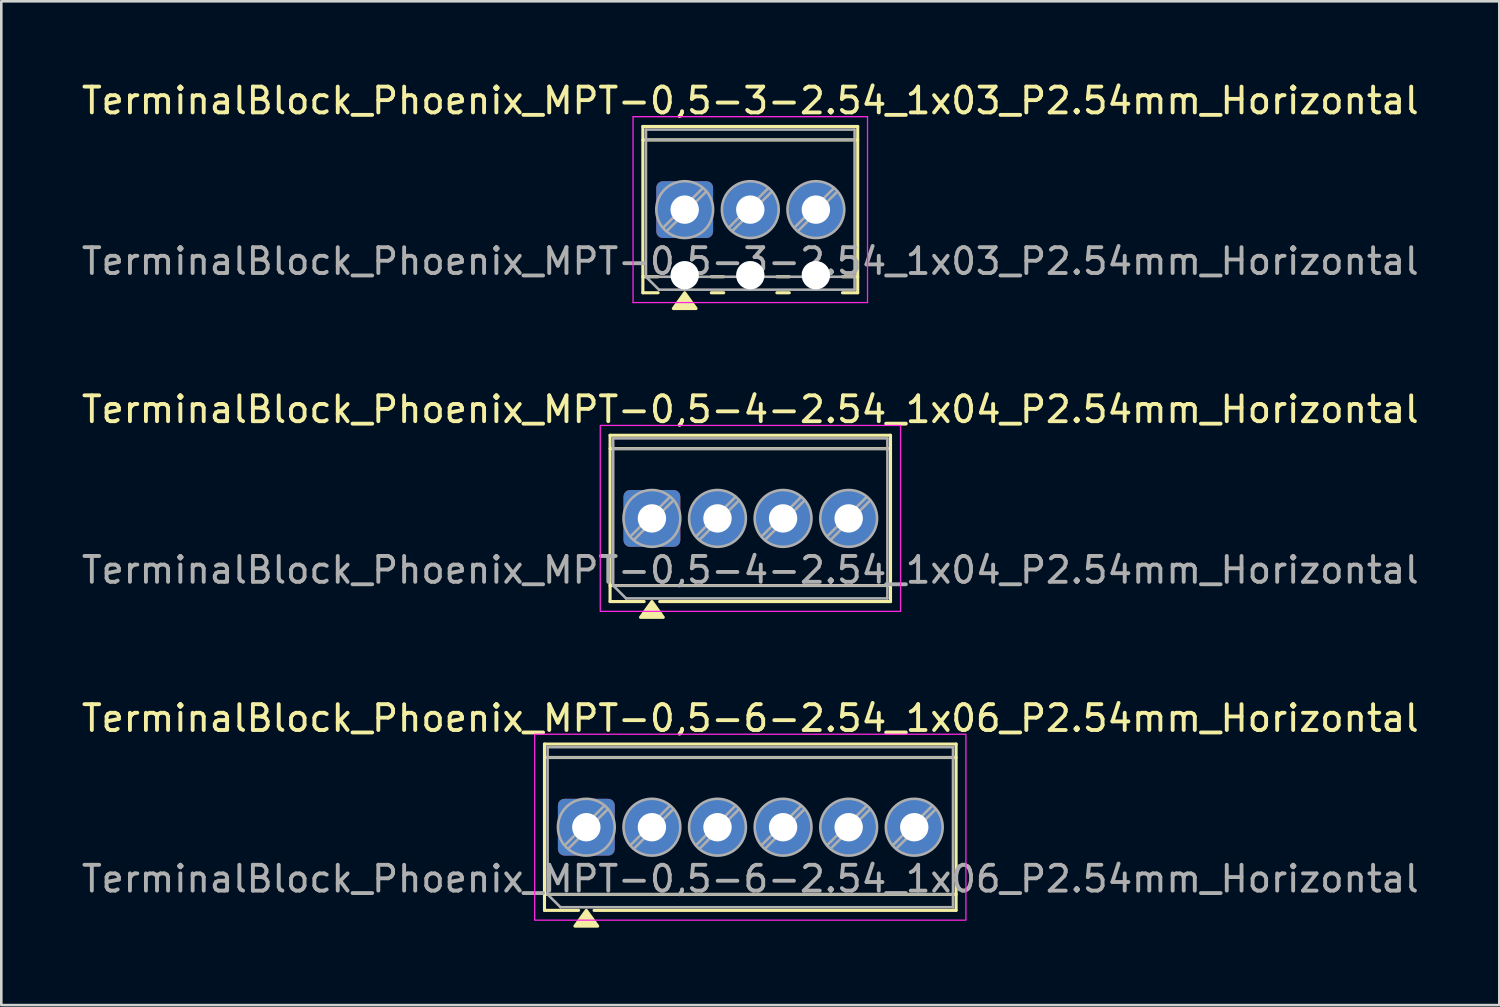
<source format=kicad_pcb>
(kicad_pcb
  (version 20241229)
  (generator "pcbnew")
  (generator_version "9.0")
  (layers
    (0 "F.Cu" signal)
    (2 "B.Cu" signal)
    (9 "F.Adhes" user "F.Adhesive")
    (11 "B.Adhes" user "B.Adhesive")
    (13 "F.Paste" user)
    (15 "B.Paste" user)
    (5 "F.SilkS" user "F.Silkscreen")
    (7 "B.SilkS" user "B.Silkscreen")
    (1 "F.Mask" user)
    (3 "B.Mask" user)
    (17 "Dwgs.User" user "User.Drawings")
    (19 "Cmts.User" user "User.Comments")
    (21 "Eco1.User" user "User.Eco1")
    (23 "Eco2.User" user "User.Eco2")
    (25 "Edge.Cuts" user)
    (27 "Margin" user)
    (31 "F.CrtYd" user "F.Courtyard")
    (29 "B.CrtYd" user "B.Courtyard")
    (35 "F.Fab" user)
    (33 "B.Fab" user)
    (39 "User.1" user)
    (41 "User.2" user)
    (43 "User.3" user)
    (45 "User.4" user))
  (footprint "TerminalBlock_Phoenix_MPT-0,5-3-2.54_1x03_P2.54mm_Horizontal"
    (layer "F.Cu")
    (at 23.466 5.068)
    (property "Reference" "TerminalBlock_Phoenix_MPT-0,5-3-2.54_1x03_P2.54mm_Horizontal" (at 2.54 -4.22 0) (layer "F.SilkS") (effects (font (size 1 1) (thickness 0.15))))
    (attr through_hole)
    (fp_line (start -1.62 -3.22) (end -1.62 3.22) (stroke (width 0.12) (type solid)) (layer "F.SilkS"))
    (fp_line (start -1.62 -3.22) (end 6.7 -3.22) (stroke (width 0.12) (type solid)) (layer "F.SilkS"))
    (fp_line (start -1.62 -2.7) (end 6.7 -2.7) (stroke (width 0.12) (type solid)) (layer "F.SilkS"))
    (fp_line (start -1.62 2.6) (end -1.03 2.6) (stroke (width 0.12) (type solid)) (layer "F.SilkS"))
    (fp_line (start -1.62 3.22) (end -1.03 3.22) (stroke (width 0.12) (type solid)) (layer "F.SilkS"))
    (fp_line (start 1.03 2.6) (end 1.51 2.6) (stroke (width 0.12) (type solid)) (layer "F.SilkS"))
    (fp_line (start 1.03 3.22) (end 1.51 3.22) (stroke (width 0.12) (type solid)) (layer "F.SilkS"))
    (fp_line (start 3.57 2.6) (end 4.05 2.6) (stroke (width 0.12) (type solid)) (layer "F.SilkS"))
    (fp_line (start 3.57 3.22) (end 4.05 3.22) (stroke (width 0.12) (type solid)) (layer "F.SilkS"))
    (fp_line (start 6.11 2.6) (end 6.7 2.6) (stroke (width 0.12) (type solid)) (layer "F.SilkS"))
    (fp_line (start 6.11 3.22) (end 6.7 3.22) (stroke (width 0.12) (type solid)) (layer "F.SilkS"))
    (fp_line (start 6.7 -3.22) (end 6.7 3.22) (stroke (width 0.12) (type solid)) (layer "F.SilkS"))
    (fp_poly (pts (xy 0 3.22) (xy 0.44 3.83) (xy -0.44 3.83)) (stroke (width 0.12) (type solid)) (fill yes) (layer "F.SilkS"))
    (fp_line (start -2 -3.6) (end -2 3.6) (stroke (width 0.05) (type solid)) (layer "F.CrtYd"))
    (fp_line (start -2 3.6) (end 7.08 3.6) (stroke (width 0.05) (type solid)) (layer "F.CrtYd"))
    (fp_line (start 7.08 -3.6) (end -2 -3.6) (stroke (width 0.05) (type solid)) (layer "F.CrtYd"))
    (fp_line (start 7.08 3.6) (end 7.08 -3.6) (stroke (width 0.05) (type solid)) (layer "F.CrtYd"))
    (fp_line (start -1.5 -3.1) (end 6.58 -3.1) (stroke (width 0.1) (type solid)) (layer "F.Fab"))
    (fp_line (start -1.5 -2.7) (end 6.58 -2.7) (stroke (width 0.1) (type solid)) (layer "F.Fab"))
    (fp_line (start -1.5 2.6) (end -1.5 -3.1) (stroke (width 0.1) (type solid)) (layer "F.Fab"))
    (fp_line (start -1.5 2.6) (end 6.58 2.6) (stroke (width 0.1) (type solid)) (layer "F.Fab"))
    (fp_line (start -1 3.1) (end -1.5 2.6) (stroke (width 0.1) (type solid)) (layer "F.Fab"))
    (fp_line (start 0.7 -0.834) (end -0.834 0.7) (stroke (width 0.1) (type solid)) (layer "F.Fab"))
    (fp_line (start 0.834 -0.7) (end -0.7 0.834) (stroke (width 0.1) (type solid)) (layer "F.Fab"))
    (fp_line (start 3.24 -0.834) (end 1.706 0.7) (stroke (width 0.1) (type solid)) (layer "F.Fab"))
    (fp_line (start 3.374 -0.7) (end 1.84 0.834) (stroke (width 0.1) (type solid)) (layer "F.Fab"))
    (fp_line (start 5.78 -0.834) (end 4.246 0.7) (stroke (width 0.1) (type solid)) (layer "F.Fab"))
    (fp_line (start 5.914 -0.7) (end 4.38 0.834) (stroke (width 0.1) (type solid)) (layer "F.Fab"))
    (fp_line (start 6.58 -3.1) (end 6.58 3.1) (stroke (width 0.1) (type solid)) (layer "F.Fab"))
    (fp_line (start 6.58 3.1) (end -1 3.1) (stroke (width 0.1) (type solid)) (layer "F.Fab"))
    (fp_circle (center 0 0) (end 1.1 0) (stroke (width 0.1) (type solid)) (fill no) (layer "F.Fab"))
    (fp_circle (center 2.54 0) (end 3.64 0) (stroke (width 0.1) (type solid)) (fill no) (layer "F.Fab"))
    (fp_circle (center 5.08 0) (end 6.18 0) (stroke (width 0.1) (type solid)) (fill no) (layer "F.Fab"))
    (fp_text user "${REFERENCE}" (at 2.54 2 0) (layer "F.Fab") (effects (font (size 1 1) (thickness 0.15))))
    (pad "" np_thru_hole circle (at 0 2.54) (size 1.1 1.1) (drill 1.1) (layers "*.Cu" "*.Mask"))
    (pad "" np_thru_hole circle (at 2.54 2.54) (size 1.1 1.1) (drill 1.1) (layers "*.Cu" "*.Mask"))
    (pad "" np_thru_hole circle (at 5.08 2.54) (size 1.1 1.1) (drill 1.1) (layers "*.Cu" "*.Mask"))
    (pad "1" thru_hole roundrect (at 0 0) (size 2.2 2.2) (drill 1.1) (layers "*.Cu" "*.Mask") (roundrect_rratio 0.114))
    (pad "2" thru_hole circle (at 2.54 0) (size 2.2 2.2) (drill 1.1) (layers "*.Cu" "*.Mask"))
    (pad "3" thru_hole circle (at 5.08 0) (size 2.2 2.2) (drill 1.1) (layers "*.Cu" "*.Mask")))
  (footprint "TerminalBlock_Phoenix_MPT-0,5-6-2.54_1x06_P2.54mm_Horizontal"
    (layer "F.Cu")
    (at 19.656 28.985)
    (property "Reference" "TerminalBlock_Phoenix_MPT-0,5-6-2.54_1x06_P2.54mm_Horizontal" (at 6.35 -4.22 0) (layer "F.SilkS") (effects (font (size 1 1) (thickness 0.15))))
    (attr through_hole)
    (fp_line (start -1.62 -3.22) (end 14.32 -3.22) (stroke (width 0.12) (type solid)) (layer "F.SilkS"))
    (fp_line (start -1.62 -2.7) (end 14.32 -2.7) (stroke (width 0.12) (type solid)) (layer "F.SilkS"))
    (fp_line (start -1.62 2.6) (end 14.32 2.6) (stroke (width 0.12) (type solid)) (layer "F.SilkS"))
    (fp_line (start -1.62 3.22) (end -1.62 -3.22) (stroke (width 0.12) (type solid)) (layer "F.SilkS"))
    (fp_line (start -0.3 3.22) (end -1.62 3.22) (stroke (width 0.12) (type solid)) (layer "F.SilkS"))
    (fp_line (start 14.32 -3.22) (end 14.32 3.22) (stroke (width 0.12) (type solid)) (layer "F.SilkS"))
    (fp_line (start 14.32 3.22) (end 0.3 3.22) (stroke (width 0.12) (type solid)) (layer "F.SilkS"))
    (fp_poly (pts (xy 0 3.22) (xy 0.44 3.83) (xy -0.44 3.83)) (stroke (width 0.12) (type solid)) (fill yes) (layer "F.SilkS"))
    (fp_rect (start -2 -3.6) (end 14.7 3.6) (stroke (width 0.05) (type solid)) (fill no) (layer "F.CrtYd"))
    (fp_line (start -1.5 -3.1) (end 14.2 -3.1) (stroke (width 0.1) (type solid)) (layer "F.Fab"))
    (fp_line (start -1.5 -2.7) (end 14.2 -2.7) (stroke (width 0.1) (type solid)) (layer "F.Fab"))
    (fp_line (start -1.5 2.6) (end -1.5 -3.1) (stroke (width 0.1) (type solid)) (layer "F.Fab"))
    (fp_line (start -1.5 2.6) (end 14.2 2.6) (stroke (width 0.1) (type solid)) (layer "F.Fab"))
    (fp_line (start -1 3.1) (end -1.5 2.6) (stroke (width 0.1) (type solid)) (layer "F.Fab"))
    (fp_line (start 0.7 -0.834) (end -0.834 0.7) (stroke (width 0.1) (type solid)) (layer "F.Fab"))
    (fp_line (start 0.834 -0.7) (end -0.7 0.834) (stroke (width 0.1) (type solid)) (layer "F.Fab"))
    (fp_line (start 3.24 -0.834) (end 1.706 0.7) (stroke (width 0.1) (type solid)) (layer "F.Fab"))
    (fp_line (start 3.374 -0.7) (end 1.84 0.834) (stroke (width 0.1) (type solid)) (layer "F.Fab"))
    (fp_line (start 5.78 -0.834) (end 4.246 0.7) (stroke (width 0.1) (type solid)) (layer "F.Fab"))
    (fp_line (start 5.914 -0.7) (end 4.38 0.834) (stroke (width 0.1) (type solid)) (layer "F.Fab"))
    (fp_line (start 8.32 -0.834) (end 6.786 0.7) (stroke (width 0.1) (type solid)) (layer "F.Fab"))
    (fp_line (start 8.454 -0.7) (end 6.92 0.834) (stroke (width 0.1) (type solid)) (layer "F.Fab"))
    (fp_line (start 10.86 -0.834) (end 9.326 0.7) (stroke (width 0.1) (type solid)) (layer "F.Fab"))
    (fp_line (start 10.994 -0.7) (end 9.46 0.834) (stroke (width 0.1) (type solid)) (layer "F.Fab"))
    (fp_line (start 13.4 -0.834) (end 11.866 0.7) (stroke (width 0.1) (type solid)) (layer "F.Fab"))
    (fp_line (start 13.534 -0.7) (end 12 0.834) (stroke (width 0.1) (type solid)) (layer "F.Fab"))
    (fp_line (start 14.2 -3.1) (end 14.2 3.1) (stroke (width 0.1) (type solid)) (layer "F.Fab"))
    (fp_line (start 14.2 3.1) (end -1 3.1) (stroke (width 0.1) (type solid)) (layer "F.Fab"))
    (fp_circle (center 0 0) (end 1.1 0) (stroke (width 0.1) (type solid)) (fill no) (layer "F.Fab"))
    (fp_circle (center 2.54 0) (end 3.64 0) (stroke (width 0.1) (type solid)) (fill no) (layer "F.Fab"))
    (fp_circle (center 5.08 0) (end 6.18 0) (stroke (width 0.1) (type solid)) (fill no) (layer "F.Fab"))
    (fp_circle (center 7.62 0) (end 8.72 0) (stroke (width 0.1) (type solid)) (fill no) (layer "F.Fab"))
    (fp_circle (center 10.16 0) (end 11.26 0) (stroke (width 0.1) (type solid)) (fill no) (layer "F.Fab"))
    (fp_circle (center 12.7 0) (end 13.8 0) (stroke (width 0.1) (type solid)) (fill no) (layer "F.Fab"))
    (fp_text user "${REFERENCE}" (at 6.35 2 0) (layer "F.Fab") (effects (font (size 1 1) (thickness 0.15))))
    (pad "1" thru_hole roundrect (at 0 0) (size 2.2 2.2) (drill 1.1) (layers "*.Cu" "*.Mask") (roundrect_rratio 0.114))
    (pad "2" thru_hole circle (at 2.54 0) (size 2.2 2.2) (drill 1.1) (layers "*.Cu" "*.Mask"))
    (pad "3" thru_hole circle (at 5.08 0) (size 2.2 2.2) (drill 1.1) (layers "*.Cu" "*.Mask"))
    (pad "4" thru_hole circle (at 7.62 0) (size 2.2 2.2) (drill 1.1) (layers "*.Cu" "*.Mask"))
    (pad "5" thru_hole circle (at 10.16 0) (size 2.2 2.2) (drill 1.1) (layers "*.Cu" "*.Mask"))
    (pad "6" thru_hole circle (at 12.7 0) (size 2.2 2.2) (drill 1.1) (layers "*.Cu" "*.Mask")))
  (footprint "TerminalBlock_Phoenix_MPT-0,5-4-2.54_1x04_P2.54mm_Horizontal"
    (layer "F.Cu")
    (at 22.196 17.026)
    (property "Reference" "TerminalBlock_Phoenix_MPT-0,5-4-2.54_1x04_P2.54mm_Horizontal" (at 3.81 -4.22 0) (layer "F.SilkS") (effects (font (size 1 1) (thickness 0.15))))
    (attr through_hole)
    (fp_line (start -1.62 -3.22) (end 9.24 -3.22) (stroke (width 0.12) (type solid)) (layer "F.SilkS"))
    (fp_line (start -1.62 -2.7) (end 9.24 -2.7) (stroke (width 0.12) (type solid)) (layer "F.SilkS"))
    (fp_line (start -1.62 2.6) (end 9.24 2.6) (stroke (width 0.12) (type solid)) (layer "F.SilkS"))
    (fp_line (start -1.62 3.22) (end -1.62 -3.22) (stroke (width 0.12) (type solid)) (layer "F.SilkS"))
    (fp_line (start -0.3 3.22) (end -1.62 3.22) (stroke (width 0.12) (type solid)) (layer "F.SilkS"))
    (fp_line (start 9.24 -3.22) (end 9.24 3.22) (stroke (width 0.12) (type solid)) (layer "F.SilkS"))
    (fp_line (start 9.24 3.22) (end 0.3 3.22) (stroke (width 0.12) (type solid)) (layer "F.SilkS"))
    (fp_poly (pts (xy 0 3.22) (xy 0.44 3.83) (xy -0.44 3.83)) (stroke (width 0.12) (type solid)) (fill yes) (layer "F.SilkS"))
    (fp_rect (start -2 -3.6) (end 9.63 3.6) (stroke (width 0.05) (type solid)) (fill no) (layer "F.CrtYd"))
    (fp_line (start -1.5 -3.1) (end 9.12 -3.1) (stroke (width 0.1) (type solid)) (layer "F.Fab"))
    (fp_line (start -1.5 -2.7) (end 9.12 -2.7) (stroke (width 0.1) (type solid)) (layer "F.Fab"))
    (fp_line (start -1.5 2.6) (end -1.5 -3.1) (stroke (width 0.1) (type solid)) (layer "F.Fab"))
    (fp_line (start -1.5 2.6) (end 9.12 2.6) (stroke (width 0.1) (type solid)) (layer "F.Fab"))
    (fp_line (start -1 3.1) (end -1.5 2.6) (stroke (width 0.1) (type solid)) (layer "F.Fab"))
    (fp_line (start 0.7 -0.834) (end -0.834 0.7) (stroke (width 0.1) (type solid)) (layer "F.Fab"))
    (fp_line (start 0.834 -0.7) (end -0.7 0.834) (stroke (width 0.1) (type solid)) (layer "F.Fab"))
    (fp_line (start 3.24 -0.834) (end 1.706 0.7) (stroke (width 0.1) (type solid)) (layer "F.Fab"))
    (fp_line (start 3.374 -0.7) (end 1.84 0.834) (stroke (width 0.1) (type solid)) (layer "F.Fab"))
    (fp_line (start 5.78 -0.834) (end 4.246 0.7) (stroke (width 0.1) (type solid)) (layer "F.Fab"))
    (fp_line (start 5.914 -0.7) (end 4.38 0.834) (stroke (width 0.1) (type solid)) (layer "F.Fab"))
    (fp_line (start 8.32 -0.834) (end 6.786 0.7) (stroke (width 0.1) (type solid)) (layer "F.Fab"))
    (fp_line (start 8.454 -0.7) (end 6.92 0.834) (stroke (width 0.1) (type solid)) (layer "F.Fab"))
    (fp_line (start 9.12 -3.1) (end 9.12 3.1) (stroke (width 0.1) (type solid)) (layer "F.Fab"))
    (fp_line (start 9.12 3.1) (end -1 3.1) (stroke (width 0.1) (type solid)) (layer "F.Fab"))
    (fp_circle (center 0 0) (end 1.1 0) (stroke (width 0.1) (type solid)) (fill no) (layer "F.Fab"))
    (fp_circle (center 2.54 0) (end 3.64 0) (stroke (width 0.1) (type solid)) (fill no) (layer "F.Fab"))
    (fp_circle (center 5.08 0) (end 6.18 0) (stroke (width 0.1) (type solid)) (fill no) (layer "F.Fab"))
    (fp_circle (center 7.62 0) (end 8.72 0) (stroke (width 0.1) (type solid)) (fill no) (layer "F.Fab"))
    (fp_text user "${REFERENCE}" (at 3.81 2 0) (layer "F.Fab") (effects (font (size 1 1) (thickness 0.15))))
    (pad "1" thru_hole roundrect (at 0 0) (size 2.2 2.2) (drill 1.1) (layers "*.Cu" "*.Mask") (roundrect_rratio 0.114))
    (pad "2" thru_hole circle (at 2.54 0) (size 2.2 2.2) (drill 1.1) (layers "*.Cu" "*.Mask"))
    (pad "3" thru_hole circle (at 5.08 0) (size 2.2 2.2) (drill 1.1) (layers "*.Cu" "*.Mask"))
    (pad "4" thru_hole circle (at 7.62 0) (size 2.2 2.2) (drill 1.1) (layers "*.Cu" "*.Mask")))
  (gr_rect
    (start -3 -3)
    (end 55.012 35.875)
    (stroke (width 0.1) (type default))
    (fill no)
    (layer "Edge.Cuts")))
</source>
